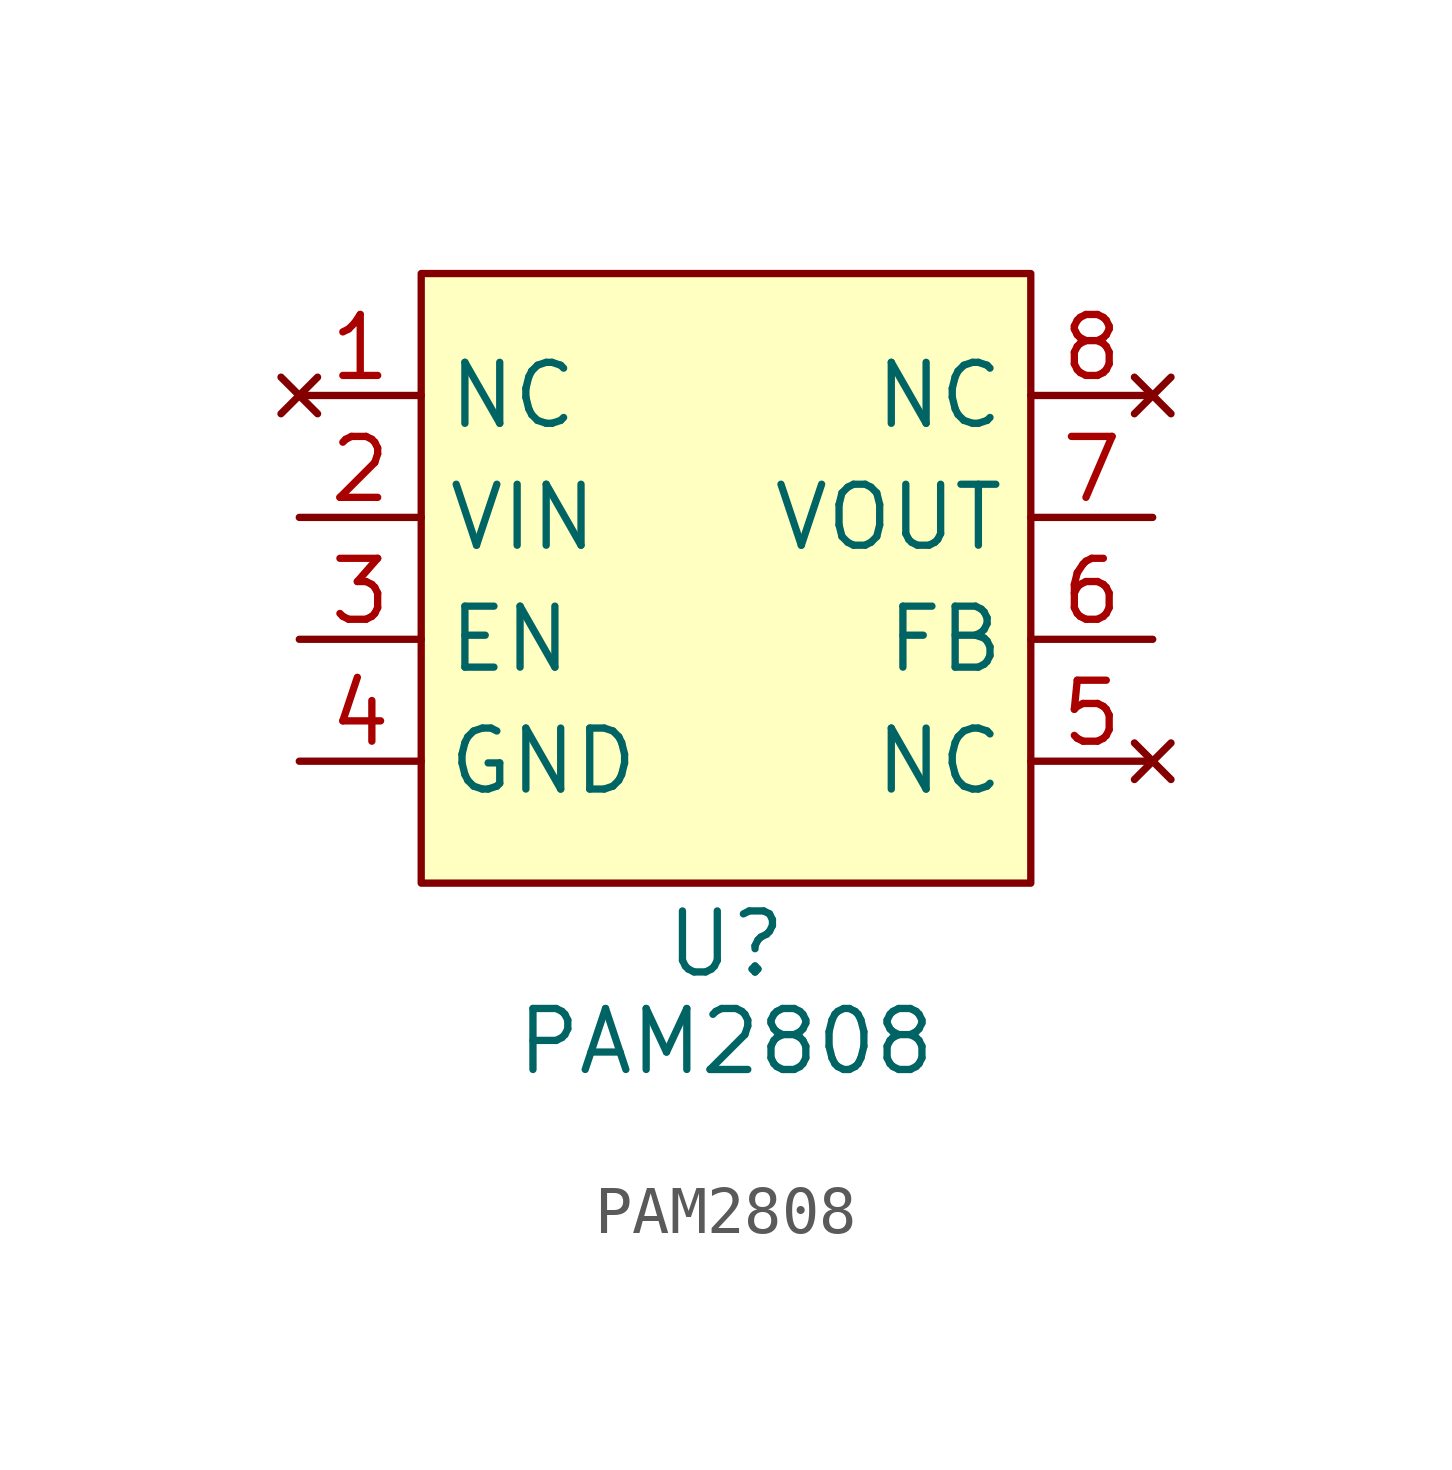
<source format=kicad_sym>
(kicad_symbol_lib
  (version 20231120)
  (generator "kicad_symbol_editor")
  (generator_version "8.0")
  (symbol "PAM2808"
    (property "Reference" "U"
      (at 0 -7.62 0)
      (effects (font (size 1.27 1.27))))
    (property "Value" "PAM2808"
      (at 0 -9.652 0)
      (effects (font (size 1.27 1.27))))
    (symbol "PAM2808_1_1"
      (rectangle (start -6.35 6.35) (end 6.35 -6.35) (stroke (width 0) (type default)) (fill (type background)))
      (pin no_connect line (at -8.89 3.81 0) (length 2.54) (name "NC" (effects (font (size 1.27 1.27)))) (number "1" (effects (font (size 1.27 1.27)))))
      (pin power_in line (at -8.89 1.27 0) (length 2.54) (name "VIN" (effects (font (size 1.27 1.27)))) (number "2" (effects (font (size 1.27 1.27)))))
      (pin input line (at -8.89 -1.27 0) (length 2.54) (name "EN" (effects (font (size 1.27 1.27)))) (number "3" (effects (font (size 1.27 1.27)))))
      (pin power_in line (at -8.89 -3.81 0) (length 2.54) (name "GND" (effects (font (size 1.27 1.27)))) (number "4" (effects (font (size 1.27 1.27)))))
      (pin no_connect line (at 8.89 -3.81 180) (length 2.54) (name "NC" (effects (font (size 1.27 1.27)))) (number "5" (effects (font (size 1.27 1.27)))))
      (pin input line (at 8.89 -1.27 180) (length 2.54) (name "FB" (effects (font (size 1.27 1.27)))) (number "6" (effects (font (size 1.27 1.27)))))
      (pin power_out line (at 8.89 1.27 180) (length 2.54) (name "VOUT" (effects (font (size 1.27 1.27)))) (number "7" (effects (font (size 1.27 1.27)))))
      (pin no_connect line (at 8.89 3.81 180) (length 2.54) (name "NC" (effects (font (size 1.27 1.27)))) (number "8" (effects (font (size 1.27 1.27)))))
      (pin unspecified line (at -8.89 -3.81 0) (length 2.54) hide (name "EP" (effects (font (size 1.27 1.27)))) (number "9" (effects (font (size 1.27 1.27))))))))
</source>
